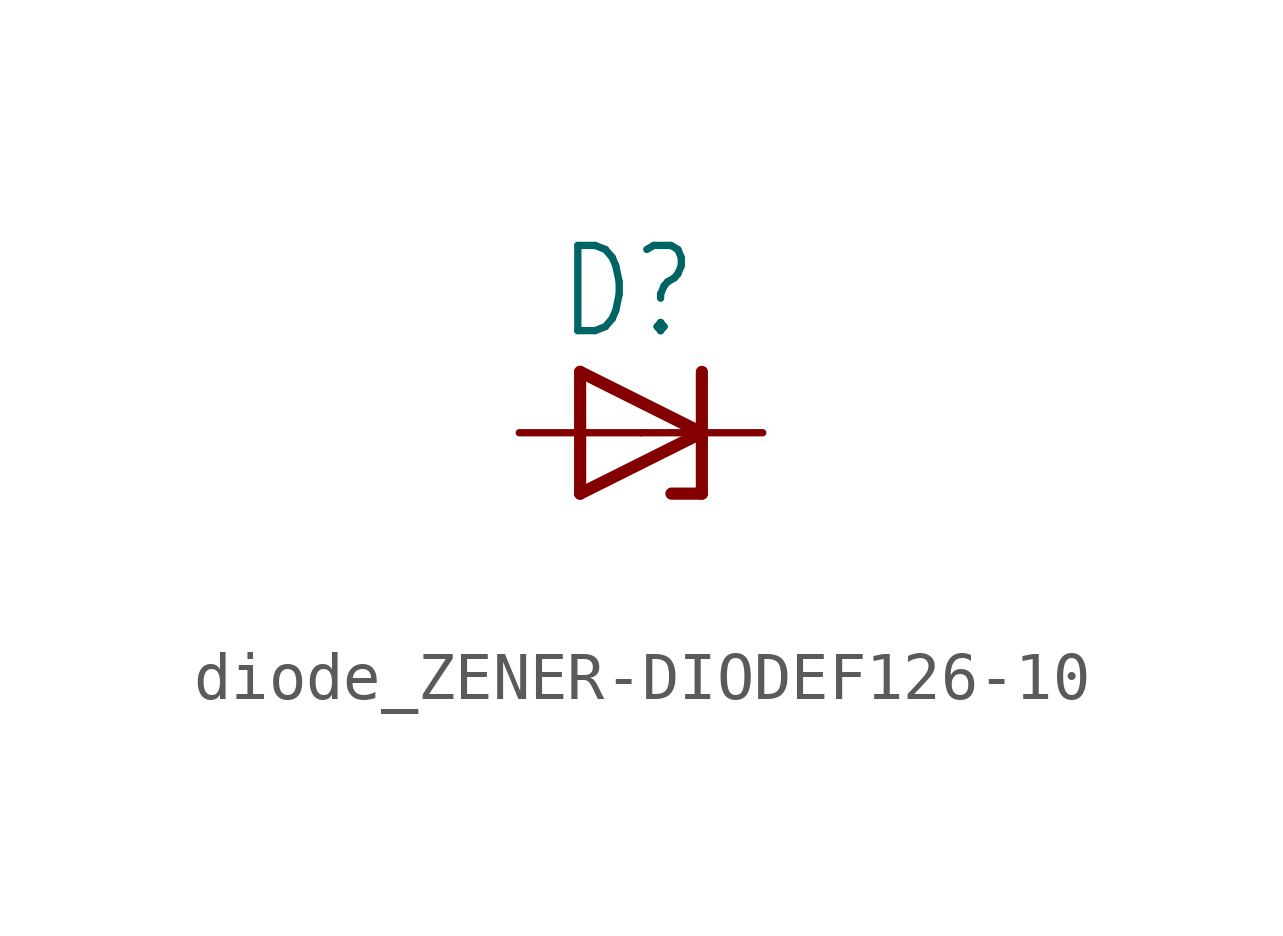
<source format=kicad_sym>
(kicad_symbol_lib
  (version 20241209)
  (generator "kicad_symbol_editor")
  (generator_version "9.0")
  (symbol "diode_ZENER-DIODEF126-10"
    (property "Reference" "D"
      (at -1.778 1.905 0)
      (effects (font (size 1.778 1.511)) (justify left bottom)))
    (property "Value" ""
      (at -1.778 -3.429 0)
      (effects (font (size 1.778 1.511)) (justify left bottom)))
    (property "ki_locked" ""
      (at 0 0 0)
      (effects (font (size 1.27 1.27))))
    (symbol "diode_ZENER-DIODEF126-10_1_0"
      (polyline (pts (xy -1.27 1.27) (xy -1.27 -1.27)) (stroke (width 0.254) (type solid)) (fill (type none)))
      (polyline (pts (xy -1.27 -1.27) (xy 1.27 0)) (stroke (width 0.254) (type solid)) (fill (type none)))
      (polyline (pts (xy 1.27 1.27) (xy 1.27 0)) (stroke (width 0.254) (type solid)) (fill (type none)))
      (polyline (pts (xy 1.27 0) (xy -1.27 1.27)) (stroke (width 0.254) (type solid)) (fill (type none)))
      (polyline (pts (xy 1.27 0) (xy 1.27 -1.27)) (stroke (width 0.254) (type solid)) (fill (type none)))
      (polyline (pts (xy 1.27 -1.27) (xy 0.635 -1.27)) (stroke (width 0.254) (type solid)) (fill (type none)))
      (pin passive line (at -2.54 0 0) (length 2.54) (name "A" (effects (font (size 0 0)))) (number "A" (effects (font (size 0 0)))))
      (pin passive line (at 2.54 0 180) (length 2.54) (name "C" (effects (font (size 0 0)))) (number "C" (effects (font (size 0 0))))))))
</source>
